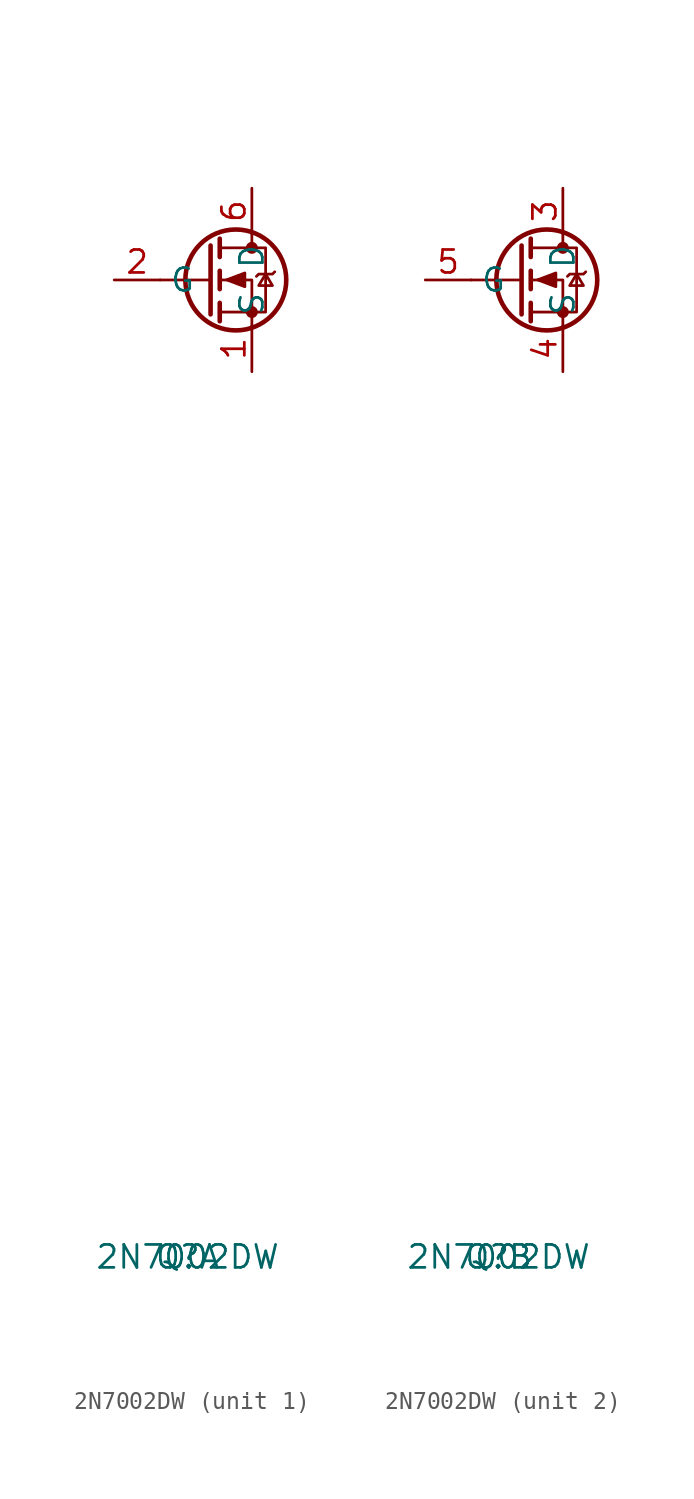
<source format=kicad_sym>
(kicad_symbol_lib
  (version 20211014)
  (generator kicad_symbol_editor)
  (symbol "2N7002DW"
    (property "Reference" "Q"
      (at -3.556 -54.102 0)
      (effects (font (size 1.27 1.27))))
    (property "Value" "2N7002DW"
      (at -3.556 -54.102 0)
      (effects (font (size 1.27 1.27))))
    (symbol "2N7002DW_0_1"
      (circle (center -0.889 0) (radius 2.794) (stroke (width 0.254) (type default) (color 0 0 0 0)) (fill (type none)))
      (circle (center 0 -1.778) (radius 0.254) (stroke (width 0) (type default) (color 0 0 0 0)) (fill (type outline)))
      (polyline (pts (xy -2.286 0) (xy -5.08 0)) (stroke (width 0) (type default) (color 0 0 0 0)) (fill (type none)))
      (polyline (pts (xy -2.286 1.905) (xy -2.286 -1.905)) (stroke (width 0.254) (type default) (color 0 0 0 0)) (fill (type none)))
      (polyline (pts (xy -1.778 -1.27) (xy -1.778 -2.286)) (stroke (width 0.254) (type default) (color 0 0 0 0)) (fill (type none)))
      (polyline (pts (xy -1.778 0.508) (xy -1.778 -0.508)) (stroke (width 0.254) (type default) (color 0 0 0 0)) (fill (type none)))
      (polyline (pts (xy -1.778 2.286) (xy -1.778 1.27)) (stroke (width 0.254) (type default) (color 0 0 0 0)) (fill (type none)))
      (polyline (pts (xy 0 2.54) (xy 0 1.778)) (stroke (width 0) (type default) (color 0 0 0 0)) (fill (type none)))
      (polyline (pts (xy 0 -2.54) (xy 0 0) (xy -1.778 0)) (stroke (width 0) (type default) (color 0 0 0 0)) (fill (type none)))
      (polyline (pts (xy -1.778 1.778) (xy 0.762 1.778) (xy 0.762 -1.778) (xy -1.778 -1.778)) (stroke (width 0) (type default) (color 0 0 0 0)) (fill (type none)))
      (polyline (pts (xy -1.403 0.007) (xy -0.387 0.388) (xy -0.387 -0.374) (xy -1.403 0.007)) (stroke (width 0) (type default) (color 0 0 0 0)) (fill (type outline)))
      (polyline (pts (xy 0.76 0.325) (xy 1.141 -0.31) (xy 0.379 -0.31) (xy 0.76 0.325)) (stroke (width 0) (type default) (color 0 0 0 0)) (fill (type none)))
      (polyline (pts (xy 1.268 0.452) (xy 1.141 0.325) (xy 0.379 0.325) (xy 0.252 0.198)) (stroke (width 0) (type default) (color 0 0 0 0)) (fill (type none)))
      (circle (center 0 1.778) (radius 0.254) (stroke (width 0) (type default) (color 0 0 0 0)) (fill (type outline))))
    (symbol "2N7002DW_1_1"
      (pin passive line (at 0 -5.08 90) (length 2.54) (name "S" (effects (font (size 1.27 1.27)))) (number "1" (effects (font (size 1.27 1.27)))))
      (pin input line (at -7.62 0 0) (length 2.54) (name "G" (effects (font (size 1.27 1.27)))) (number "2" (effects (font (size 1.27 1.27)))))
      (pin passive line (at 0 5.08 270) (length 2.54) (name "D" (effects (font (size 1.27 1.27)))) (number "6" (effects (font (size 1.27 1.27))))))
    (symbol "2N7002DW_2_1"
      (pin passive line (at 0 5.08 270) (length 2.54) (name "D" (effects (font (size 1.27 1.27)))) (number "3" (effects (font (size 1.27 1.27)))))
      (pin passive line (at 0 -5.08 90) (length 2.54) (name "S" (effects (font (size 1.27 1.27)))) (number "4" (effects (font (size 1.27 1.27)))))
      (pin input line (at -7.62 0 0) (length 2.54) (name "G" (effects (font (size 1.27 1.27)))) (number "5" (effects (font (size 1.27 1.27))))))))
</source>
